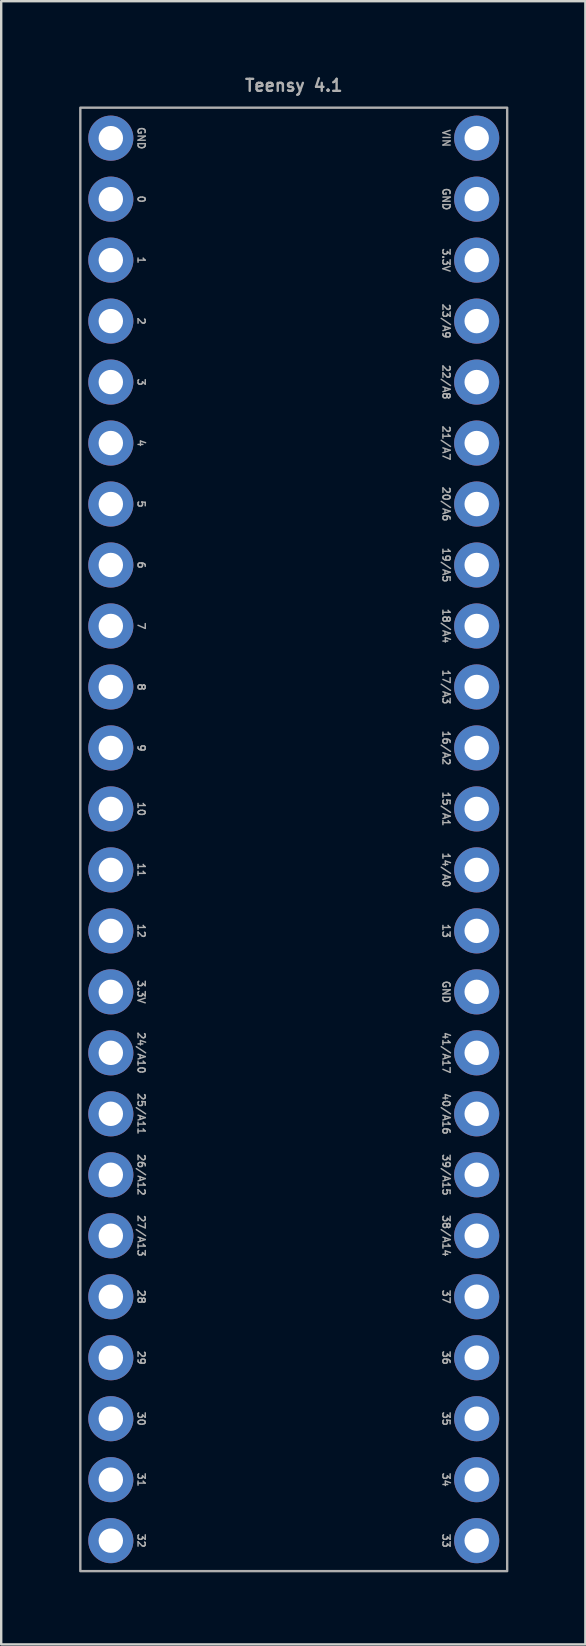
<source format=kicad_pcb>
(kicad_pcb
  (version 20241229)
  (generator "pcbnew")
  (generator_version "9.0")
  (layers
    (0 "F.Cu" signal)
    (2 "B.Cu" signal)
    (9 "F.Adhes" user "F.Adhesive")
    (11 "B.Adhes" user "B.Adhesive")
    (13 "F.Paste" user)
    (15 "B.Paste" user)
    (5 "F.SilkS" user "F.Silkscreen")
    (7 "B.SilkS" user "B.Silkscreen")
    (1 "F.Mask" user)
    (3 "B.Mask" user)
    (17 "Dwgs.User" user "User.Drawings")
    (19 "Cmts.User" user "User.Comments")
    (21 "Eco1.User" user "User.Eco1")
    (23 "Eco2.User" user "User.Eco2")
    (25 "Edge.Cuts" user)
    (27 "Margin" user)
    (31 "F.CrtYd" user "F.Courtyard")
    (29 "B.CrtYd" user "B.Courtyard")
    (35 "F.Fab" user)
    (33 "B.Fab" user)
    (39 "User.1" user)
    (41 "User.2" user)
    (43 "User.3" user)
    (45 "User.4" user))
  (footprint "Teensy 4.1"
    (layer "F.Cu")
    (at 9.186 31.915)
    (property "Reference" "Teensy 4.1" (at 0 -31.115 180) (layer "F.Fab") (effects (font (size 0.5 0.5) (thickness 0.1) (bold yes)) (justify bottom)))
    (fp_rect (start -8.89 -30.48) (end 8.89 30.48) (stroke (width 0.1) (type default)) (fill no) (layer "F.Fab"))
    (fp_poly (pts (xy 1.842 -15.78) (xy 1.678 -15.54) (xy 1.378 -15.349) (xy 1.112 -15.288) (xy 0.787 -15.376) (xy 0.546 -15.54) (xy 0.356 -15.839) (xy 0.295 -16.105) (xy 0.382 -16.431) (xy 0.546 -16.671) (xy 0.846 -16.862) (xy 1.027 -16.903) (xy 1.027 -16.506) (xy 0.854 -16.414) (xy 0.704 -16.163) (xy 0.783 -15.895) (xy 0.952 -15.744) (xy 1.175 -15.681) (xy 1.378 -15.815) (xy 1.51 -16.073) (xy 1.458 -16.318) (xy 1.278 -16.484) (xy 1.027 -16.506) (xy 1.027 -16.903) (xy 1.112 -16.923) (xy 1.437 -16.835) (xy 1.678 -16.671) (xy 1.868 -16.372) (xy 1.929 -16.105)) (stroke (width 0.1) (type solid)) (fill no) (layer "User.1"))
    (fp_poly (pts (xy 1.842 -13.768) (xy 1.678 -13.528) (xy 1.378 -13.338) (xy 1.112 -13.276) (xy 0.787 -13.364) (xy 0.546 -13.528) (xy 0.356 -13.827) (xy 0.295 -14.094) (xy 0.382 -14.419) (xy 0.546 -14.659) (xy 0.846 -14.85) (xy 1.027 -14.891) (xy 1.027 -14.495) (xy 0.854 -14.402) (xy 0.704 -14.151) (xy 0.783 -13.884) (xy 0.952 -13.732) (xy 1.175 -13.669) (xy 1.378 -13.803) (xy 1.51 -14.061) (xy 1.458 -14.306) (xy 1.278 -14.472) (xy 1.027 -14.495) (xy 1.027 -14.891) (xy 1.112 -14.911) (xy 1.437 -14.823) (xy 1.678 -14.659) (xy 1.868 -14.36) (xy 1.929 -14.094)) (stroke (width 0.1) (type solid)) (fill no) (layer "User.1"))
    (fp_poly (pts (xy 3.854 -15.78) (xy 3.69 -15.54) (xy 3.39 -15.349) (xy 3.124 -15.288) (xy 2.799 -15.376) (xy 2.558 -15.54) (xy 2.368 -15.839) (xy 2.307 -16.105) (xy 2.394 -16.431) (xy 2.558 -16.671) (xy 2.858 -16.862) (xy 3.039 -16.903) (xy 3.039 -16.506) (xy 2.865 -16.414) (xy 2.716 -16.163) (xy 2.795 -15.895) (xy 2.964 -15.744) (xy 3.187 -15.681) (xy 3.39 -15.815) (xy 3.522 -16.073) (xy 3.47 -16.318) (xy 3.29 -16.484) (xy 3.039 -16.506) (xy 3.039 -16.903) (xy 3.124 -16.923) (xy 3.449 -16.835) (xy 3.69 -16.671) (xy 3.88 -16.372) (xy 3.941 -16.105)) (stroke (width 0.1) (type solid)) (fill no) (layer "User.1"))
    (fp_poly (pts (xy 3.854 -13.768) (xy 3.69 -13.528) (xy 3.39 -13.338) (xy 3.124 -13.276) (xy 2.799 -13.364) (xy 2.558 -13.528) (xy 2.368 -13.827) (xy 2.307 -14.094) (xy 2.394 -14.419) (xy 2.558 -14.659) (xy 2.858 -14.85) (xy 3.039 -14.891) (xy 3.039 -14.495) (xy 2.865 -14.402) (xy 2.716 -14.151) (xy 2.795 -13.884) (xy 2.964 -13.732) (xy 3.187 -13.669) (xy 3.39 -13.803) (xy 3.522 -14.061) (xy 3.47 -14.306) (xy 3.29 -14.472) (xy 3.039 -14.495) (xy 3.039 -14.891) (xy 3.124 -14.911) (xy 3.449 -14.823) (xy 3.69 -14.659) (xy 3.88 -14.36) (xy 3.941 -14.094)) (stroke (width 0.1) (type solid)) (fill no) (layer "User.1"))
    (fp_poly (pts (xy 5.866 -15.78) (xy 5.702 -15.54) (xy 5.402 -15.349) (xy 5.136 -15.288) (xy 4.811 -15.376) (xy 4.57 -15.54) (xy 4.38 -15.839) (xy 4.318 -16.105) (xy 4.406 -16.431) (xy 4.57 -16.671) (xy 4.87 -16.862) (xy 5.051 -16.903) (xy 5.051 -16.506) (xy 4.877 -16.414) (xy 4.728 -16.163) (xy 4.807 -15.895) (xy 4.976 -15.744) (xy 5.199 -15.681) (xy 5.402 -15.815) (xy 5.534 -16.073) (xy 5.482 -16.318) (xy 5.301 -16.484) (xy 5.051 -16.506) (xy 5.051 -16.903) (xy 5.136 -16.923) (xy 5.461 -16.835) (xy 5.702 -16.671) (xy 5.892 -16.372) (xy 5.953 -16.105)) (stroke (width 0.1) (type solid)) (fill no) (layer "User.1"))
    (fp_poly (pts (xy 5.866 -13.768) (xy 5.702 -13.528) (xy 5.402 -13.338) (xy 5.136 -13.276) (xy 4.811 -13.364) (xy 4.57 -13.528) (xy 4.38 -13.827) (xy 4.318 -14.094) (xy 4.406 -14.419) (xy 4.57 -14.659) (xy 4.87 -14.85) (xy 5.051 -14.891) (xy 5.051 -14.495) (xy 4.877 -14.402) (xy 4.728 -14.151) (xy 4.807 -13.884) (xy 4.976 -13.732) (xy 5.199 -13.669) (xy 5.402 -13.803) (xy 5.534 -14.061) (xy 5.482 -14.306) (xy 5.301 -14.472) (xy 5.051 -14.495) (xy 5.051 -14.891) (xy 5.136 -14.911) (xy 5.461 -14.823) (xy 5.702 -14.659) (xy 5.892 -14.36) (xy 5.953 -14.094)) (stroke (width 0.1) (type solid)) (fill no) (layer "User.1"))
    (fp_poly (pts (xy -4.088 16.73) (xy -4.318 17.052) (xy -4.74 17.348) (xy -5.183 17.397) (xy -5.616 17.2) (xy -5.78 17.052) (xy -6.065 16.615) (xy -6.101 16.17) (xy -5.891 15.741) (xy -5.766 15.605) (xy -5.328 15.321) (xy -5.028 15.296) (xy -5.028 15.645) (xy -5.397 15.748) (xy -5.638 16.01) (xy -5.717 16.355) (xy -5.601 16.711) (xy -5.533 16.798) (xy -5.225 16.983) (xy -4.877 16.98) (xy -4.569 16.818) (xy -4.382 16.528) (xy -4.358 16.358) (xy -4.461 16.024) (xy -4.712 15.756) (xy -5.026 15.645) (xy -5.028 15.645) (xy -5.028 15.296) (xy -4.883 15.284) (xy -4.454 15.495) (xy -4.318 15.62) (xy -4.056 16.009) (xy -3.981 16.336)) (stroke (width 0.1) (type solid)) (fill no) (layer "User.1"))
    (fp_poly (pts (xy -3.465 -22.229) (xy -3.753 -21.865) (xy -4.143 -21.627) (xy -4.421 -21.575) (xy -4.856 -21.691) (xy -5.152 -21.928) (xy -5.436 -22.365) (xy -5.473 -22.811) (xy -5.262 -23.24) (xy -5.137 -23.375) (xy -4.699 -23.659) (xy -4.399 -23.684) (xy -4.399 -23.336) (xy -4.769 -23.232) (xy -5.009 -22.97) (xy -5.088 -22.625) (xy -4.972 -22.27) (xy -4.904 -22.182) (xy -4.596 -21.997) (xy -4.248 -22.001) (xy -3.941 -22.162) (xy -3.753 -22.453) (xy -3.729 -22.622) (xy -3.832 -22.956) (xy -4.084 -23.225) (xy -4.397 -23.336) (xy -4.399 -23.336) (xy -4.399 -23.684) (xy -4.254 -23.696) (xy -3.825 -23.485) (xy -3.69 -23.36) (xy -3.428 -22.971) (xy -3.352 -22.644)) (stroke (width 0.1) (type solid)) (fill no) (layer "User.1"))
    (fp_poly (pts (xy -3.465 -19.714) (xy -3.753 -19.35) (xy -4.143 -19.112) (xy -4.421 -19.06) (xy -4.856 -19.176) (xy -5.152 -19.413) (xy -5.436 -19.851) (xy -5.473 -20.296) (xy -5.262 -20.725) (xy -5.137 -20.86) (xy -4.699 -21.144) (xy -4.399 -21.169) (xy -4.399 -20.821) (xy -4.769 -20.717) (xy -5.009 -20.455) (xy -5.088 -20.11) (xy -4.972 -19.755) (xy -4.904 -19.668) (xy -4.596 -19.482) (xy -4.248 -19.486) (xy -3.941 -19.647) (xy -3.753 -19.938) (xy -3.729 -20.107) (xy -3.832 -20.441) (xy -4.084 -20.71) (xy -4.397 -20.821) (xy -4.399 -20.821) (xy -4.399 -21.169) (xy -4.254 -21.181) (xy -3.825 -20.97) (xy -3.69 -20.845) (xy -3.428 -20.456) (xy -3.352 -20.129)) (stroke (width 0.1) (type solid)) (fill no) (layer "User.1"))
    (fp_poly (pts (xy -3.465 -17.199) (xy -3.753 -16.835) (xy -4.143 -16.597) (xy -4.421 -16.546) (xy -4.856 -16.661) (xy -5.152 -16.898) (xy -5.436 -17.336) (xy -5.473 -17.781) (xy -5.262 -18.21) (xy -5.137 -18.345) (xy -4.699 -18.63) (xy -4.399 -18.654) (xy -4.399 -18.306) (xy -4.769 -18.202) (xy -5.009 -17.941) (xy -5.088 -17.595) (xy -4.972 -17.24) (xy -4.904 -17.153) (xy -4.596 -16.968) (xy -4.248 -16.971) (xy -3.941 -17.133) (xy -3.753 -17.423) (xy -3.729 -17.593) (xy -3.832 -17.926) (xy -4.084 -18.195) (xy -4.397 -18.306) (xy -4.399 -18.306) (xy -4.399 -18.654) (xy -4.254 -18.666) (xy -3.825 -18.456) (xy -3.69 -18.331) (xy -3.428 -17.941) (xy -3.352 -17.614)) (stroke (width 0.1) (type solid)) (fill no) (layer "User.1"))
    (fp_poly (pts (xy -3.465 -14.684) (xy -3.753 -14.32) (xy -4.143 -14.082) (xy -4.421 -14.031) (xy -4.856 -14.147) (xy -5.152 -14.383) (xy -5.436 -14.821) (xy -5.473 -15.266) (xy -5.262 -15.695) (xy -5.137 -15.83) (xy -4.699 -16.115) (xy -4.399 -16.139) (xy -4.399 -15.791) (xy -4.769 -15.687) (xy -5.009 -15.426) (xy -5.088 -15.08) (xy -4.972 -14.725) (xy -4.904 -14.638) (xy -4.596 -14.453) (xy -4.248 -14.456) (xy -3.941 -14.618) (xy -3.753 -14.908) (xy -3.729 -15.078) (xy -3.832 -15.412) (xy -4.084 -15.68) (xy -4.397 -15.791) (xy -4.399 -15.791) (xy -4.399 -16.139) (xy -4.254 -16.151) (xy -3.825 -15.941) (xy -3.69 -15.816) (xy -3.428 -15.426) (xy -3.352 -15.1)) (stroke (width 0.1) (type solid)) (fill no) (layer "User.1"))
    (fp_poly (pts (xy -3.465 -12.169) (xy -3.753 -11.805) (xy -4.143 -11.567) (xy -4.421 -11.516) (xy -4.856 -11.632) (xy -5.152 -11.869) (xy -5.436 -12.306) (xy -5.473 -12.751) (xy -5.262 -13.18) (xy -5.137 -13.316) (xy -4.699 -13.6) (xy -4.399 -13.625) (xy -4.399 -13.276) (xy -4.769 -13.173) (xy -5.009 -12.911) (xy -5.088 -12.565) (xy -4.972 -12.21) (xy -4.904 -12.123) (xy -4.596 -11.938) (xy -4.248 -11.941) (xy -3.941 -12.103) (xy -3.753 -12.393) (xy -3.729 -12.563) (xy -3.832 -12.897) (xy -4.084 -13.165) (xy -4.397 -13.276) (xy -4.399 -13.276) (xy -4.399 -13.625) (xy -4.254 -13.637) (xy -3.825 -13.426) (xy -3.69 -13.301) (xy -3.428 -12.912) (xy -3.352 -12.585)) (stroke (width 0.1) (type solid)) (fill no) (layer "User.1"))
    (fp_poly (pts (xy -1.573 16.73) (xy -1.804 17.052) (xy -2.225 17.348) (xy -2.668 17.397) (xy -3.101 17.2) (xy -3.265 17.052) (xy -3.55 16.615) (xy -3.586 16.17) (xy -3.376 15.741) (xy -3.251 15.605) (xy -2.813 15.321) (xy -2.513 15.296) (xy -2.513 15.645) (xy -2.882 15.748) (xy -3.123 16.01) (xy -3.202 16.355) (xy -3.086 16.711) (xy -3.018 16.798) (xy -2.71 16.983) (xy -2.362 16.98) (xy -2.055 16.818) (xy -1.867 16.528) (xy -1.843 16.358) (xy -1.946 16.024) (xy -2.197 15.756) (xy -2.511 15.645) (xy -2.513 15.645) (xy -2.513 15.296) (xy -2.368 15.284) (xy -1.939 15.495) (xy -1.804 15.62) (xy -1.542 16.009) (xy -1.466 16.336)) (stroke (width 0.1) (type solid)) (fill no) (layer "User.1"))
    (fp_poly (pts (xy 0.941 16.73) (xy 0.711 17.052) (xy 0.29 17.348) (xy -0.153 17.397) (xy -0.586 17.2) (xy -0.751 17.052) (xy -1.035 16.615) (xy -1.072 16.17) (xy -0.861 15.741) (xy -0.736 15.605) (xy -0.298 15.321) (xy 0.002 15.296) (xy 0.002 15.645) (xy -0.368 15.748) (xy -0.608 16.01) (xy -0.687 16.355) (xy -0.571 16.711) (xy -0.503 16.798) (xy -0.195 16.983) (xy 0.153 16.98) (xy 0.46 16.818) (xy 0.648 16.528) (xy 0.672 16.358) (xy 0.569 16.024) (xy 0.317 15.756) (xy 0.004 15.645) (xy 0.002 15.645) (xy 0.002 15.296) (xy 0.147 15.284) (xy 0.576 15.495) (xy 0.711 15.62) (xy 0.973 16.009) (xy 1.049 16.336)) (stroke (width 0.1) (type solid)) (fill no) (layer "User.1"))
    (fp_poly (pts (xy 3.456 16.73) (xy 3.226 17.052) (xy 2.805 17.348) (xy 2.362 17.397) (xy 1.928 17.2) (xy 1.764 17.052) (xy 1.48 16.615) (xy 1.443 16.17) (xy 1.654 15.741) (xy 1.779 15.605) (xy 2.217 15.321) (xy 2.517 15.296) (xy 2.517 15.645) (xy 2.147 15.748) (xy 1.907 16.01) (xy 1.828 16.355) (xy 1.944 16.711) (xy 2.012 16.798) (xy 2.32 16.983) (xy 2.668 16.98) (xy 2.975 16.818) (xy 3.163 16.528) (xy 3.187 16.358) (xy 3.084 16.024) (xy 2.832 15.756) (xy 2.519 15.645) (xy 2.517 15.645) (xy 2.517 15.296) (xy 2.662 15.284) (xy 3.091 15.495) (xy 3.226 15.62) (xy 3.488 16.009) (xy 3.564 16.336)) (stroke (width 0.1) (type solid)) (fill no) (layer "User.1"))
    (fp_poly (pts (xy 5.837 -25.81) (xy 5.741 -25.7) (xy 5.333 -25.409) (xy 5.01 -25.348) (xy 4.575 -25.463) (xy 4.279 -25.7) (xy 3.995 -26.138) (xy 3.958 -26.583) (xy 4.169 -27.012) (xy 4.294 -27.147) (xy 4.731 -27.432) (xy 5.032 -27.456) (xy 5.032 -27.108) (xy 4.662 -27.004) (xy 4.422 -26.743) (xy 4.343 -26.397) (xy 4.458 -26.042) (xy 4.527 -25.955) (xy 4.835 -25.77) (xy 5.182 -25.773) (xy 5.49 -25.935) (xy 5.678 -26.225) (xy 5.702 -26.395) (xy 5.599 -26.728) (xy 5.347 -26.997) (xy 5.034 -27.108) (xy 5.032 -27.108) (xy 5.032 -27.456) (xy 5.176 -27.468) (xy 5.606 -27.258) (xy 5.741 -27.133) (xy 6.023 -26.697) (xy 6.055 -26.25)) (stroke (width 0.1) (type solid)) (fill no) (layer "User.1"))
    (fp_poly (pts (xy 5.971 16.73) (xy 5.741 17.052) (xy 5.319 17.348) (xy 4.877 17.397) (xy 4.443 17.2) (xy 4.279 17.052) (xy 3.995 16.615) (xy 3.958 16.17) (xy 4.169 15.741) (xy 4.294 15.605) (xy 4.731 15.321) (xy 5.032 15.296) (xy 5.032 15.645) (xy 4.662 15.748) (xy 4.422 16.01) (xy 4.343 16.355) (xy 4.458 16.711) (xy 4.527 16.798) (xy 4.835 16.983) (xy 5.182 16.98) (xy 5.49 16.818) (xy 5.678 16.528) (xy 5.702 16.358) (xy 5.599 16.024) (xy 5.347 15.756) (xy 5.034 15.645) (xy 5.032 15.645) (xy 5.032 15.296) (xy 5.176 15.284) (xy 5.606 15.495) (xy 5.741 15.62) (xy 6.003 16.009) (xy 6.079 16.336)) (stroke (width 0.1) (type solid)) (fill no) (layer "User.1"))
    (fp_poly (pts (xy 1.291 13.028) (xy 1.242 13.33) (xy 1.125 13.557) (xy 0.908 13.799) (xy 0.873 13.834) (xy 0.525 14.124) (xy 0.193 14.247) (xy -0.02 14.261) (xy -0.388 14.209) (xy -0.714 14.016) (xy -0.912 13.834) (xy -1.143 13.584) (xy -1.271 13.36) (xy -1.327 13.072) (xy -1.34 12.633) (xy -1.34 12.564) (xy -1.33 12.1) (xy -1.282 11.798) (xy -1.164 11.571) (xy -0.947 11.329) (xy -0.912 11.294) (xy -0.565 11.003) (xy -0.233 10.881) (xy -0.02 10.866) (xy -0.02 11.244) (xy -0.333 11.331) (xy -0.643 11.542) (xy -0.654 11.552) (xy -0.842 11.79) (xy -0.936 12.077) (xy -0.963 12.507) (xy -0.963 12.564) (xy -0.941 13.015) (xy -0.856 13.312) (xy -0.679 13.55) (xy -0.654 13.575) (xy -0.348 13.79) (xy -0.031 13.884) (xy -0.02 13.884) (xy 0.294 13.797) (xy 0.604 13.586) (xy 0.615 13.575) (xy 0.803 13.337) (xy 0.896 13.051) (xy 0.923 12.62) (xy 0.923 12.564) (xy 0.902 12.113) (xy 0.817 11.816) (xy 0.639 11.577) (xy 0.615 11.552) (xy 0.308 11.338) (xy -0.008 11.244) (xy -0.02 11.244) (xy -0.02 10.866) (xy 0.349 10.919) (xy 0.675 11.112) (xy 0.873 11.294) (xy 1.104 11.544) (xy 1.232 11.768) (xy 1.288 12.055) (xy 1.301 12.495) (xy 1.301 12.564)) (stroke (width 0.1) (type solid)) (fill no) (layer "User.1"))
    (fp_poly (pts (xy 1.717 11.978) (xy 1.709 12.681) (xy 1.703 13.035) (xy 1.666 15.016) (xy -0.026 15.016) (xy -1.717 15.016) (xy -1.717 12.564) (xy -1.717 10.112) (xy -1.333 10.112) (xy -1.333 10.363) (xy -1.461 10.455) (xy -1.466 10.489) (xy -1.423 10.612) (xy -1.41 10.615) (xy -1.303 10.527) (xy -1.277 10.489) (xy -1.287 10.373) (xy -1.333 10.363) (xy -1.333 10.112) (xy -0.027 10.112) (xy -0.008 10.112) (xy -0.008 10.363) (xy -0.365 10.401) (xy -0.666 10.548) (xy -0.989 10.829) (xy -1.466 11.295) (xy -1.466 12.553) (xy -1.466 13.811) (xy -1.34 13.939) (xy -1.34 14.576) (xy -1.456 14.586) (xy -1.466 14.631) (xy -1.374 14.759) (xy -1.34 14.764) (xy -1.217 14.721) (xy -1.214 14.709) (xy -1.302 14.602) (xy -1.34 14.576) (xy -1.34 13.939) (xy -1 14.287) (xy -0.672 14.585) (xy -0.386 14.727) (xy -0.04 14.764) (xy -0.031 14.764) (xy 0.326 14.726) (xy 0.627 14.579) (xy 0.95 14.299) (xy 1.349 13.908) (xy 1.349 14.556) (xy 1.301 14.576) (xy 1.181 14.689) (xy 1.175 14.709) (xy 1.272 14.763) (xy 1.301 14.764) (xy 1.422 14.668) (xy 1.426 14.631) (xy 1.349 14.556) (xy 1.349 13.908) (xy 1.426 13.833) (xy 1.426 12.575) (xy 1.426 11.317) (xy 0.961 10.84) (xy 0.633 10.542) (xy 0.347 10.4) (xy 0.00032 10.363) (xy -0.008 10.363) (xy -0.008 10.112) (xy 1.301 10.112) (xy 1.301 10.363) (xy 1.178 10.406) (xy 1.175 10.419) (xy 1.263 10.526) (xy 1.301 10.552) (xy 1.417 10.542) (xy 1.426 10.497) (xy 1.335 10.368) (xy 1.301 10.363) (xy 1.301 10.112) (xy 1.663 10.112) (xy 1.702 10.583) (xy 1.713 10.873) (xy 1.718 11.357)) (stroke (width 0.1) (type solid)) (fill no) (layer "User.1"))
    (fp_poly (pts (xy -0.02 30.482) (xy -9.136 30.482) (xy -9.136 -0.008) (xy -9.136 -30.498) (xy -6.477 -30.532) (xy -3.818 -30.566) (xy -4.154 -30.965) (xy -4.354 -31.272) (xy -4.36 -31.443) (xy -4.207 -31.449) (xy -3.927 -31.261) (xy -3.869 -31.208) (xy -3.583 -30.959) (xy -3.424 -30.903) (xy -3.359 -31.04) (xy -3.352 -31.195) (xy -3.352 -31.509) (xy -0.145 -31.509) (xy -0.145 -31.257) (xy -1.094 -31.256) (xy -1.82 -31.249) (xy -2.352 -31.235) (xy -2.717 -31.213) (xy -2.944 -31.181) (xy -3.062 -31.136) (xy -3.1 -31.078) (xy -3.1 -31.069) (xy -3.071 -31.008) (xy -2.965 -30.962) (xy -2.753 -30.928) (xy -2.408 -30.905) (xy -1.9 -30.89) (xy -1.201 -30.883) (xy -0.282 -30.88) (xy -0.145 -30.88) (xy -0.145 -30.629) (xy -3.603 -30.629) (xy -3.603 -28.365) (xy -3.603 -26.102) (xy -0.145 -26.102) (xy 3.313 -26.102) (xy 3.313 -28.365) (xy 3.313 -30.629) (xy -0.145 -30.629) (xy -0.145 -30.88) (xy 0.804 -30.882) (xy 1.529 -30.889) (xy 2.061 -30.902) (xy 2.426 -30.924) (xy 2.653 -30.957) (xy 2.772 -31.001) (xy 2.809 -31.06) (xy 2.81 -31.069) (xy 2.78 -31.129) (xy 2.674 -31.176) (xy 2.463 -31.21) (xy 2.117 -31.233) (xy 1.609 -31.247) (xy 0.91 -31.255) (xy -0.008 -31.257) (xy -0.145 -31.257) (xy -0.145 -31.509) (xy 3.061 -31.509) (xy 3.061 -31.195) (xy 3.088 -30.954) (xy 3.192 -30.905) (xy 3.404 -31.048) (xy 3.578 -31.208) (xy 3.876 -31.432) (xy 4.054 -31.457) (xy 4.077 -31.312) (xy 3.912 -31.025) (xy 3.863 -30.965) (xy 3.527 -30.566) (xy 6.205 -30.533) (xy 6.205 -30.252) (xy 3.564 -30.252) (xy 3.564 -28.051) (xy 3.564 -25.851) (xy -0.145 -25.851) (xy -3.855 -25.851) (xy -3.855 -28.051) (xy -3.855 -30.252) (xy -6.37 -30.252) (xy -8.885 -30.252) (xy -8.885 -0.01) (xy -8.885 30.231) (xy -0.02 30.231) (xy 8.845 30.231) (xy 8.845 -0.01) (xy 8.845 -30.252) (xy 6.205 -30.252) (xy 6.205 -30.533) (xy 6.312 -30.532) (xy 9.097 -30.498) (xy 9.097 -0.008) (xy 9.097 30.482)) (stroke (width 0.1) (type solid)) (fill no) (layer "User.1"))
    (fp_text user "34" (at 6.35 26.67 270) (unlocked yes) (layer "F.Fab") (effects (font (size 0.3 0.3) (thickness 0.06) (bold yes))))
    (fp_text user "29" (at -6.35 21.59 270) (unlocked yes) (layer "F.Fab") (effects (font (size 0.3 0.3) (thickness 0.06) (bold yes))))
    (fp_text user "37" (at 6.35 19.05 270) (unlocked yes) (layer "F.Fab") (effects (font (size 0.3 0.3) (thickness 0.06) (bold yes))))
    (fp_text user "14/A0" (at 6.35 1.27 270) (unlocked yes) (layer "F.Fab") (effects (font (size 0.3 0.3) (thickness 0.06) (bold yes))))
    (fp_text user "33" (at 6.35 29.21 270) (unlocked yes) (layer "F.Fab") (effects (font (size 0.3 0.3) (thickness 0.06) (bold yes))))
    (fp_text user "12" (at -6.35 3.81 270) (unlocked yes) (layer "F.Fab") (effects (font (size 0.3 0.3) (thickness 0.06) (bold yes))))
    (fp_text user "3.3V" (at -6.35 6.35 270) (unlocked yes) (layer "F.Fab") (effects (font (size 0.3 0.3) (thickness 0.06) (bold yes))))
    (fp_text user "32" (at -6.35 29.21 270) (unlocked yes) (layer "F.Fab") (effects (font (size 0.3 0.3) (thickness 0.06) (bold yes))))
    (fp_text user "24/A10" (at -6.35 8.89 270) (unlocked yes) (layer "F.Fab") (effects (font (size 0.3 0.3) (thickness 0.06) (bold yes))))
    (fp_text user "36" (at 6.35 21.59 270) (unlocked yes) (layer "F.Fab") (effects (font (size 0.3 0.3) (thickness 0.06) (bold yes))))
    (fp_text user "8" (at -6.35 -6.35 270) (unlocked yes) (layer "F.Fab") (effects (font (size 0.3 0.3) (thickness 0.06) (bold yes))))
    (fp_text user "3.3V" (at 6.35 -24.13 270) (unlocked yes) (layer "F.Fab") (effects (font (size 0.3 0.3) (thickness 0.06) (bold yes))))
    (fp_text user "10" (at -6.35 -1.27 270) (unlocked yes) (layer "F.Fab") (effects (font (size 0.3 0.3) (thickness 0.06) (bold yes))))
    (fp_text user "19/A5" (at 6.35 -11.43 270) (unlocked yes) (layer "F.Fab") (effects (font (size 0.3 0.3) (thickness 0.06) (bold yes))))
    (fp_text user "GND" (at 6.35 6.35 270) (unlocked yes) (layer "F.Fab") (effects (font (size 0.3 0.3) (thickness 0.06) (bold yes))))
    (fp_text user "VIN" (at 6.35 -29.21 270) (unlocked yes) (layer "F.Fab") (effects (font (size 0.3 0.3) (thickness 0.06) (bold yes))))
    (fp_text user "40/A16" (at 6.35 11.43 270) (unlocked yes) (layer "F.Fab") (effects (font (size 0.3 0.3) (thickness 0.06) (bold yes))))
    (fp_text user "GND" (at 6.35 -26.67 270) (unlocked yes) (layer "F.Fab") (effects (font (size 0.3 0.3) (thickness 0.06) (bold yes))))
    (fp_text user "3" (at -6.35 -19.05 270) (unlocked yes) (layer "F.Fab") (effects (font (size 0.3 0.3) (thickness 0.06) (bold yes))))
    (fp_text user "1" (at -6.35 -24.13 270) (unlocked yes) (layer "F.Fab") (effects (font (size 0.3 0.3) (thickness 0.06) (bold yes))))
    (fp_text user "39/A15" (at 6.35 13.97 270) (unlocked yes) (layer "F.Fab") (effects (font (size 0.3 0.3) (thickness 0.06) (bold yes))))
    (fp_text user "9" (at -6.35 -3.81 270) (unlocked yes) (layer "F.Fab") (effects (font (size 0.3 0.3) (thickness 0.06) (bold yes))))
    (fp_text user "23/A9" (at 6.35 -21.59 270) (unlocked yes) (layer "F.Fab") (effects (font (size 0.3 0.3) (thickness 0.06) (bold yes))))
    (fp_text user "5" (at -6.35 -13.97 270) (unlocked yes) (layer "F.Fab") (effects (font (size 0.3 0.3) (thickness 0.06) (bold yes))))
    (fp_text user "4" (at -6.35 -16.51 270) (unlocked yes) (layer "F.Fab") (effects (font (size 0.3 0.3) (thickness 0.06) (bold yes))))
    (fp_text user "41/A17" (at 6.35 8.89 270) (unlocked yes) (layer "F.Fab") (effects (font (size 0.3 0.3) (thickness 0.06) (bold yes))))
    (fp_text user "0" (at -6.35 -26.67 270) (unlocked yes) (layer "F.Fab") (effects (font (size 0.3 0.3) (thickness 0.06) (bold yes))))
    (fp_text user "26/A12" (at -6.35 13.97 270) (unlocked yes) (layer "F.Fab") (effects (font (size 0.3 0.3) (thickness 0.06) (bold yes))))
    (fp_text user "38/A14" (at 6.35 16.51 270) (unlocked yes) (layer "F.Fab") (effects (font (size 0.3 0.3) (thickness 0.06) (bold yes))))
    (fp_text user "11" (at -6.35 1.27 270) (unlocked yes) (layer "F.Fab") (effects (font (size 0.3 0.3) (thickness 0.06) (bold yes))))
    (fp_text user "17/A3" (at 6.35 -6.35 270) (unlocked yes) (layer "F.Fab") (effects (font (size 0.3 0.3) (thickness 0.06) (bold yes))))
    (fp_text user "25/A11" (at -6.35 11.43 270) (unlocked yes) (layer "F.Fab") (effects (font (size 0.3 0.3) (thickness 0.06) (bold yes))))
    (fp_text user "15/A1" (at 6.35 -1.27 270) (unlocked yes) (layer "F.Fab") (effects (font (size 0.3 0.3) (thickness 0.06) (bold yes))))
    (fp_text user "6" (at -6.35 -11.43 270) (unlocked yes) (layer "F.Fab") (effects (font (size 0.3 0.3) (thickness 0.06) (bold yes))))
    (fp_text user "28" (at -6.35 19.05 270) (unlocked yes) (layer "F.Fab") (effects (font (size 0.3 0.3) (thickness 0.06) (bold yes))))
    (fp_text user "27/A13" (at -6.35 16.51 270) (unlocked yes) (layer "F.Fab") (effects (font (size 0.3 0.3) (thickness 0.06) (bold yes))))
    (fp_text user "7" (at -6.35 -8.89 270) (unlocked yes) (layer "F.Fab") (effects (font (size 0.3 0.3) (thickness 0.06) (bold yes))))
    (fp_text user "31" (at -6.35 26.67 270) (unlocked yes) (layer "F.Fab") (effects (font (size 0.3 0.3) (thickness 0.06) (bold yes))))
    (fp_text user "2" (at -6.35 -21.59 270) (unlocked yes) (layer "F.Fab") (effects (font (size 0.3 0.3) (thickness 0.06) (bold yes))))
    (fp_text user "18/A4" (at 6.35 -8.89 270) (unlocked yes) (layer "F.Fab") (effects (font (size 0.3 0.3) (thickness 0.06) (bold yes))))
    (fp_text user "20/A6" (at 6.35 -13.97 270) (unlocked yes) (layer "F.Fab") (effects (font (size 0.3 0.3) (thickness 0.06) (bold yes))))
    (fp_text user "30" (at -6.35 24.13 270) (unlocked yes) (layer "F.Fab") (effects (font (size 0.3 0.3) (thickness 0.06) (bold yes))))
    (fp_text user "GND" (at -6.35 -29.21 270) (unlocked yes) (layer "F.Fab") (effects (font (size 0.3 0.3) (thickness 0.06) (bold yes))))
    (fp_text user "21/A7" (at 6.35 -16.51 270) (unlocked yes) (layer "F.Fab") (effects (font (size 0.3 0.3) (thickness 0.06) (bold yes))))
    (fp_text user "13" (at 6.35 3.81 270) (unlocked yes) (layer "F.Fab") (effects (font (size 0.3 0.3) (thickness 0.06) (bold yes))))
    (fp_text user "35" (at 6.35 24.13 270) (unlocked yes) (layer "F.Fab") (effects (font (size 0.3 0.3) (thickness 0.06) (bold yes))))
    (fp_text user "16/A2" (at 6.35 -3.81 270) (unlocked yes) (layer "F.Fab") (effects (font (size 0.3 0.3) (thickness 0.06) (bold yes))))
    (fp_text user "22/A8" (at 6.35 -19.05 270) (unlocked yes) (layer "F.Fab") (effects (font (size 0.3 0.3) (thickness 0.06) (bold yes))))
    (pad "1" thru_hole circle (at -7.62 -29.21) (size 1.88 1.88) (drill 1.016) (layers "*.Cu" "*.Mask"))
    (pad "2" thru_hole circle (at -7.62 -26.67) (size 1.88 1.88) (drill 1.016) (layers "*.Cu" "*.Mask"))
    (pad "3" thru_hole circle (at -7.62 -24.13) (size 1.88 1.88) (drill 1.016) (layers "*.Cu" "*.Mask"))
    (pad "4" thru_hole circle (at -7.62 -21.59) (size 1.88 1.88) (drill 1.016) (layers "*.Cu" "*.Mask"))
    (pad "5" thru_hole circle (at -7.62 -19.05) (size 1.88 1.88) (drill 1.016) (layers "*.Cu" "*.Mask"))
    (pad "6" thru_hole circle (at -7.62 -16.51) (size 1.88 1.88) (drill 1.016) (layers "*.Cu" "*.Mask"))
    (pad "7" thru_hole circle (at -7.62 -13.97) (size 1.88 1.88) (drill 1.016) (layers "*.Cu" "*.Mask"))
    (pad "8" thru_hole circle (at -7.62 -11.43) (size 1.88 1.88) (drill 1.016) (layers "*.Cu" "*.Mask"))
    (pad "9" thru_hole circle (at -7.62 -8.89) (size 1.88 1.88) (drill 1.016) (layers "*.Cu" "*.Mask"))
    (pad "10" thru_hole circle (at -7.62 -6.35) (size 1.88 1.88) (drill 1.016) (layers "*.Cu" "*.Mask"))
    (pad "11" thru_hole circle (at -7.62 -3.81) (size 1.88 1.88) (drill 1.016) (layers "*.Cu" "*.Mask"))
    (pad "12" thru_hole circle (at -7.62 -1.27) (size 1.88 1.88) (drill 1.016) (layers "*.Cu" "*.Mask"))
    (pad "13" thru_hole circle (at -7.62 1.27 180) (size 1.88 1.88) (drill 1.016) (layers "*.Cu" "*.Mask"))
    (pad "14" thru_hole circle (at -7.62 3.81 180) (size 1.88 1.88) (drill 1.016) (layers "*.Cu" "*.Mask"))
    (pad "15" thru_hole circle (at -7.62 6.35 180) (size 1.88 1.88) (drill 1.016) (layers "*.Cu" "*.Mask"))
    (pad "16" thru_hole circle (at -7.62 8.89 180) (size 1.88 1.88) (drill 1.016) (layers "*.Cu" "*.Mask"))
    (pad "17" thru_hole circle (at -7.62 11.43 180) (size 1.88 1.88) (drill 1.016) (layers "*.Cu" "*.Mask"))
    (pad "18" thru_hole circle (at -7.62 13.97 180) (size 1.88 1.88) (drill 1.016) (layers "*.Cu" "*.Mask"))
    (pad "19" thru_hole circle (at -7.62 16.51 180) (size 1.88 1.88) (drill 1.016) (layers "*.Cu" "*.Mask"))
    (pad "20" thru_hole circle (at -7.62 19.05 180) (size 1.88 1.88) (drill 1.016) (layers "*.Cu" "*.Mask"))
    (pad "21" thru_hole circle (at -7.62 21.59 180) (size 1.88 1.88) (drill 1.016) (layers "*.Cu" "*.Mask"))
    (pad "22" thru_hole circle (at -7.62 24.13 180) (size 1.88 1.88) (drill 1.016) (layers "*.Cu" "*.Mask"))
    (pad "23" thru_hole circle (at -7.62 26.67 180) (size 1.88 1.88) (drill 1.016) (layers "*.Cu" "*.Mask"))
    (pad "24" thru_hole circle (at -7.62 29.21 180) (size 1.88 1.88) (drill 1.016) (layers "*.Cu" "*.Mask"))
    (pad "25" thru_hole circle (at 7.62 29.21) (size 1.88 1.88) (drill 1.016) (layers "*.Cu" "*.Mask"))
    (pad "26" thru_hole circle (at 7.62 26.67) (size 1.88 1.88) (drill 1.016) (layers "*.Cu" "*.Mask"))
    (pad "27" thru_hole circle (at 7.62 24.13) (size 1.88 1.88) (drill 1.016) (layers "*.Cu" "*.Mask"))
    (pad "28" thru_hole circle (at 7.62 21.59) (size 1.88 1.88) (drill 1.016) (layers "*.Cu" "*.Mask"))
    (pad "29" thru_hole circle (at 7.62 19.05) (size 1.88 1.88) (drill 1.016) (layers "*.Cu" "*.Mask"))
    (pad "30" thru_hole circle (at 7.62 16.51) (size 1.88 1.88) (drill 1.016) (layers "*.Cu" "*.Mask"))
    (pad "31" thru_hole circle (at 7.62 13.97) (size 1.88 1.88) (drill 1.016) (layers "*.Cu" "*.Mask"))
    (pad "32" thru_hole circle (at 7.62 11.43) (size 1.88 1.88) (drill 1.016) (layers "*.Cu" "*.Mask"))
    (pad "33" thru_hole circle (at 7.62 8.89) (size 1.88 1.88) (drill 1.016) (layers "*.Cu" "*.Mask"))
    (pad "34" thru_hole circle (at 7.62 6.35) (size 1.88 1.88) (drill 1.016) (layers "*.Cu" "*.Mask"))
    (pad "35" thru_hole circle (at 7.62 3.81) (size 1.88 1.88) (drill 1.016) (layers "*.Cu" "*.Mask"))
    (pad "36" thru_hole circle (at 7.62 1.27) (size 1.88 1.88) (drill 1.016) (layers "*.Cu" "*.Mask"))
    (pad "37" thru_hole circle (at 7.62 -1.27) (size 1.88 1.88) (drill 1.016) (layers "*.Cu" "*.Mask"))
    (pad "38" thru_hole circle (at 7.62 -3.81) (size 1.88 1.88) (drill 1.016) (layers "*.Cu" "*.Mask"))
    (pad "39" thru_hole circle (at 7.62 -6.35) (size 1.88 1.88) (drill 1.016) (layers "*.Cu" "*.Mask"))
    (pad "40" thru_hole circle (at 7.62 -8.89) (size 1.88 1.88) (drill 1.016) (layers "*.Cu" "*.Mask"))
    (pad "41" thru_hole circle (at 7.62 -11.43) (size 1.88 1.88) (drill 1.016) (layers "*.Cu" "*.Mask"))
    (pad "42" thru_hole circle (at 7.62 -13.97) (size 1.88 1.88) (drill 1.016) (layers "*.Cu" "*.Mask"))
    (pad "43" thru_hole circle (at 7.62 -16.51) (size 1.88 1.88) (drill 1.016) (layers "*.Cu" "*.Mask"))
    (pad "44" thru_hole circle (at 7.62 -19.05) (size 1.88 1.88) (drill 1.016) (layers "*.Cu" "*.Mask"))
    (pad "45" thru_hole circle (at 7.62 -21.59) (size 1.88 1.88) (drill 1.016) (layers "*.Cu" "*.Mask"))
    (pad "46" thru_hole circle (at 7.62 -24.13) (size 1.88 1.88) (drill 1.016) (layers "*.Cu" "*.Mask"))
    (pad "47" thru_hole circle (at 7.62 -26.67) (size 1.88 1.88) (drill 1.016) (layers "*.Cu" "*.Mask"))
    (pad "48" thru_hole circle (at 7.62 -29.21) (size 1.88 1.88) (drill 1.016) (layers "*.Cu" "*.Mask")))
  (gr_rect
    (start -3 -3)
    (end 21.333 65.447)
    (stroke (width 0.1) (type default))
    (fill no)
    (layer "Edge.Cuts")))
</source>
